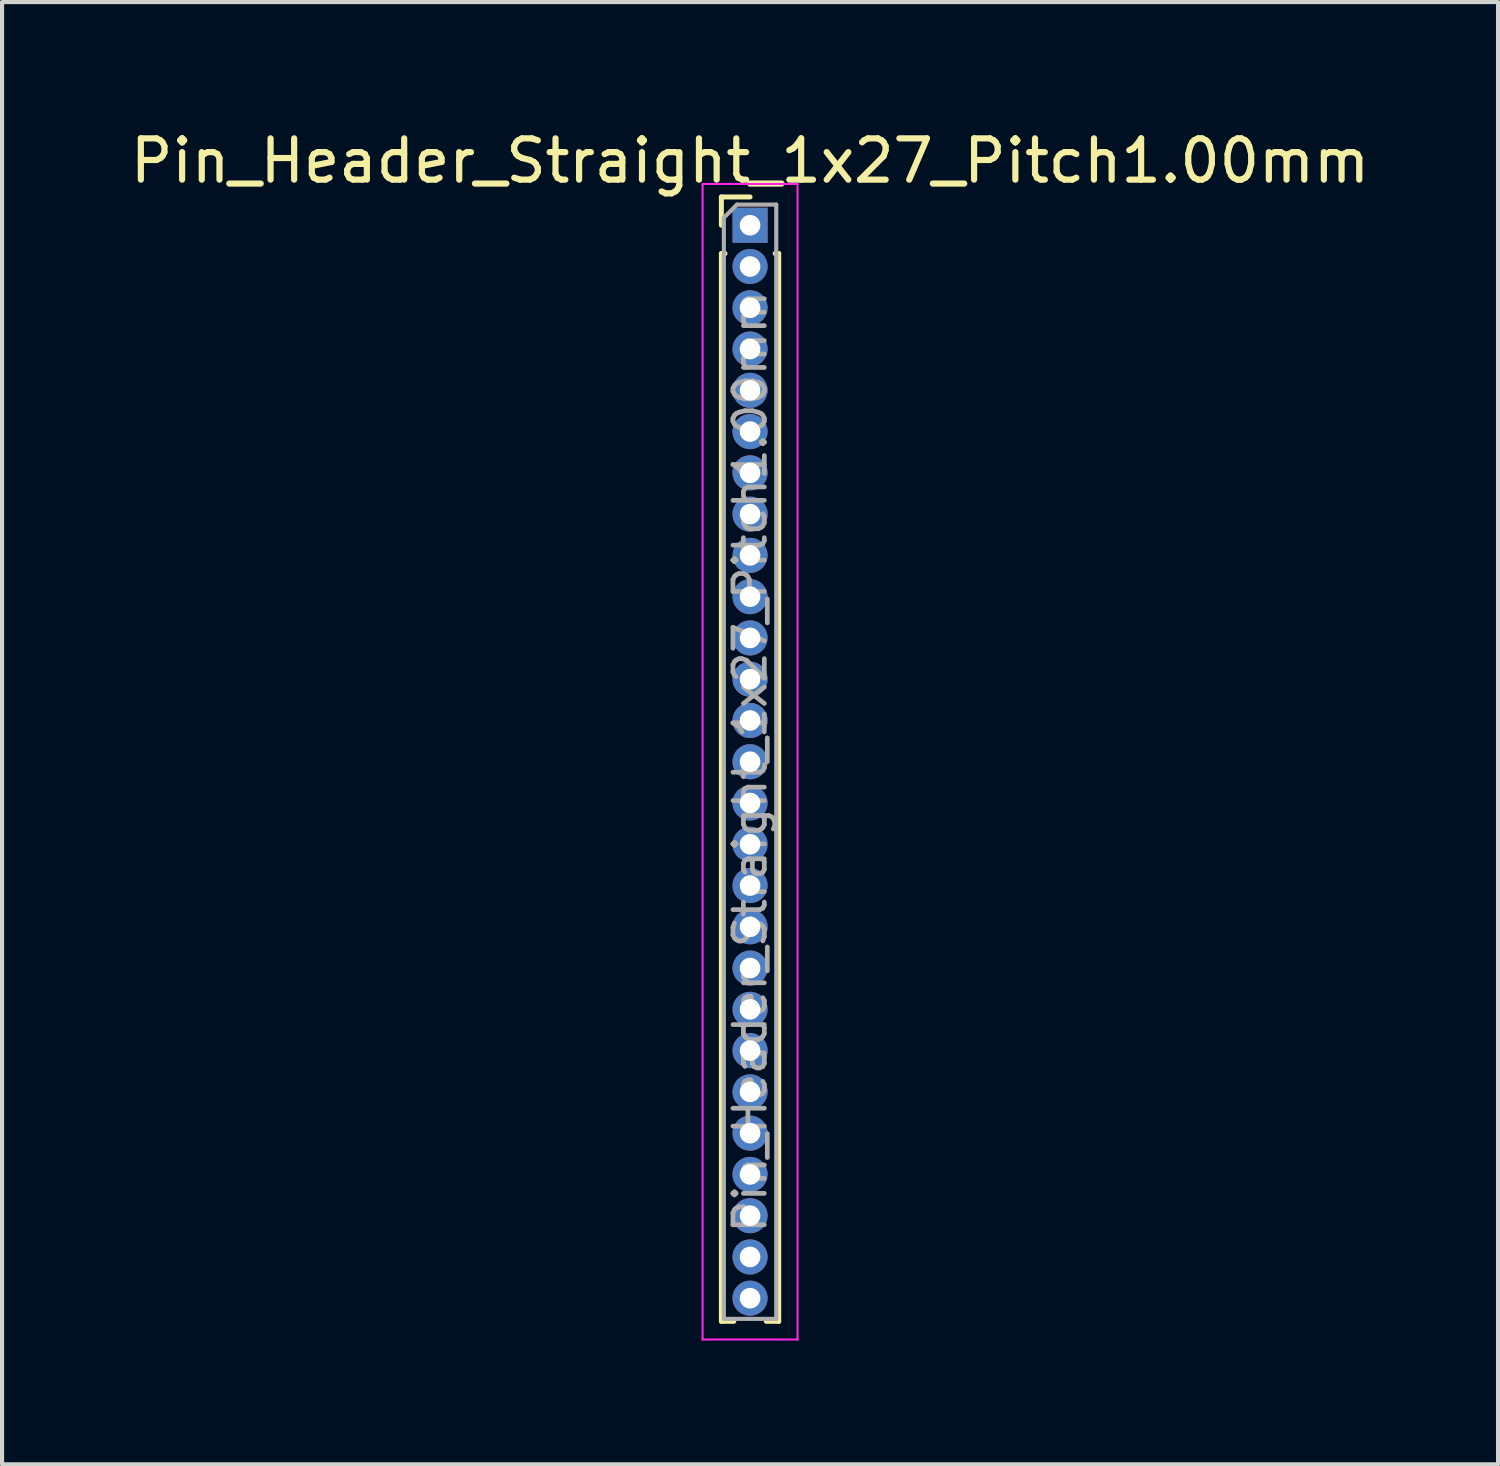
<source format=kicad_pcb>
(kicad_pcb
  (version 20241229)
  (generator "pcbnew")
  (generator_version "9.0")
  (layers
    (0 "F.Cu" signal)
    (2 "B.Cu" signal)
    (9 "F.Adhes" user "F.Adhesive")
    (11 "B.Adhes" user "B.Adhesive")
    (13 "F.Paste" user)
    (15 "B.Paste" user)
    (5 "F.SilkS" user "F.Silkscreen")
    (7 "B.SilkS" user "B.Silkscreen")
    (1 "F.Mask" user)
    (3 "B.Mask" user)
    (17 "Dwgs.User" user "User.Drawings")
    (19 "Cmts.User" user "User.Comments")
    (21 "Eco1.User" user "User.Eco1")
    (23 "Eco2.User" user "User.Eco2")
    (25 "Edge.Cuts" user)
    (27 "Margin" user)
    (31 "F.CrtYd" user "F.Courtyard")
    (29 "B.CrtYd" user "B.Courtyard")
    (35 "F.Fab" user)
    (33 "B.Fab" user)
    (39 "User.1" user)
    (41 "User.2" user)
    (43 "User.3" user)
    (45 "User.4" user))
  (footprint "Pin_Header_Straight_1x27_Pitch1.00mm"
    (layer "F.Cu")
    (at 15.125 2.408)
    (property "Reference" "Pin_Header_Straight_1x27_Pitch1.00mm" (at 0 -1.56 0) (layer "F.SilkS") (effects (font (size 1 1) (thickness 0.15))))
    (attr through_hole)
    (fp_line (start -0.695 -0.685) (end 0 -0.685) (stroke (width 0.12) (type solid)) (layer "F.SilkS"))
    (fp_line (start -0.695 0) (end -0.695 -0.685) (stroke (width 0.12) (type solid)) (layer "F.SilkS"))
    (fp_line (start -0.695 0.685) (end -0.695 26.56) (stroke (width 0.12) (type solid)) (layer "F.SilkS"))
    (fp_line (start -0.695 0.685) (end -0.608 0.685) (stroke (width 0.12) (type solid)) (layer "F.SilkS"))
    (fp_line (start -0.695 26.56) (end -0.394 26.56) (stroke (width 0.12) (type solid)) (layer "F.SilkS"))
    (fp_line (start 0.394 26.56) (end 0.695 26.56) (stroke (width 0.12) (type solid)) (layer "F.SilkS"))
    (fp_line (start 0.608 0.685) (end 0.695 0.685) (stroke (width 0.12) (type solid)) (layer "F.SilkS"))
    (fp_line (start 0.695 0.685) (end 0.695 26.56) (stroke (width 0.12) (type solid)) (layer "F.SilkS"))
    (fp_line (start -1.15 -1) (end -1.15 27) (stroke (width 0.05) (type solid)) (layer "F.CrtYd"))
    (fp_line (start -1.15 27) (end 1.15 27) (stroke (width 0.05) (type solid)) (layer "F.CrtYd"))
    (fp_line (start 1.15 -1) (end -1.15 -1) (stroke (width 0.05) (type solid)) (layer "F.CrtYd"))
    (fp_line (start 1.15 27) (end 1.15 -1) (stroke (width 0.05) (type solid)) (layer "F.CrtYd"))
    (fp_line (start -0.635 -0.182) (end -0.318 -0.5) (stroke (width 0.1) (type solid)) (layer "F.Fab"))
    (fp_line (start -0.635 26.5) (end -0.635 -0.182) (stroke (width 0.1) (type solid)) (layer "F.Fab"))
    (fp_line (start -0.318 -0.5) (end 0.635 -0.5) (stroke (width 0.1) (type solid)) (layer "F.Fab"))
    (fp_line (start 0.635 -0.5) (end 0.635 26.5) (stroke (width 0.1) (type solid)) (layer "F.Fab"))
    (fp_line (start 0.635 26.5) (end -0.635 26.5) (stroke (width 0.1) (type solid)) (layer "F.Fab"))
    (fp_text user "${REFERENCE}" (at 0 13 90) (layer "F.Fab") (effects (font (size 0.76 0.76) (thickness 0.114))))
    (pad "1" thru_hole rect (at 0 0) (size 0.85 0.85) (drill 0.5) (layers "*.Cu" "*.Mask"))
    (pad "2" thru_hole oval (at 0 1) (size 0.85 0.85) (drill 0.5) (layers "*.Cu" "*.Mask"))
    (pad "3" thru_hole oval (at 0 2) (size 0.85 0.85) (drill 0.5) (layers "*.Cu" "*.Mask"))
    (pad "4" thru_hole oval (at 0 3) (size 0.85 0.85) (drill 0.5) (layers "*.Cu" "*.Mask"))
    (pad "5" thru_hole oval (at 0 4) (size 0.85 0.85) (drill 0.5) (layers "*.Cu" "*.Mask"))
    (pad "6" thru_hole oval (at 0 5) (size 0.85 0.85) (drill 0.5) (layers "*.Cu" "*.Mask"))
    (pad "7" thru_hole oval (at 0 6) (size 0.85 0.85) (drill 0.5) (layers "*.Cu" "*.Mask"))
    (pad "8" thru_hole oval (at 0 7) (size 0.85 0.85) (drill 0.5) (layers "*.Cu" "*.Mask"))
    (pad "9" thru_hole oval (at 0 8) (size 0.85 0.85) (drill 0.5) (layers "*.Cu" "*.Mask"))
    (pad "10" thru_hole oval (at 0 9) (size 0.85 0.85) (drill 0.5) (layers "*.Cu" "*.Mask"))
    (pad "11" thru_hole oval (at 0 10) (size 0.85 0.85) (drill 0.5) (layers "*.Cu" "*.Mask"))
    (pad "12" thru_hole oval (at 0 11) (size 0.85 0.85) (drill 0.5) (layers "*.Cu" "*.Mask"))
    (pad "13" thru_hole oval (at 0 12) (size 0.85 0.85) (drill 0.5) (layers "*.Cu" "*.Mask"))
    (pad "14" thru_hole oval (at 0 13) (size 0.85 0.85) (drill 0.5) (layers "*.Cu" "*.Mask"))
    (pad "15" thru_hole oval (at 0 14) (size 0.85 0.85) (drill 0.5) (layers "*.Cu" "*.Mask"))
    (pad "16" thru_hole oval (at 0 15) (size 0.85 0.85) (drill 0.5) (layers "*.Cu" "*.Mask"))
    (pad "17" thru_hole oval (at 0 16) (size 0.85 0.85) (drill 0.5) (layers "*.Cu" "*.Mask"))
    (pad "18" thru_hole oval (at 0 17) (size 0.85 0.85) (drill 0.5) (layers "*.Cu" "*.Mask"))
    (pad "19" thru_hole oval (at 0 18) (size 0.85 0.85) (drill 0.5) (layers "*.Cu" "*.Mask"))
    (pad "20" thru_hole oval (at 0 19) (size 0.85 0.85) (drill 0.5) (layers "*.Cu" "*.Mask"))
    (pad "21" thru_hole oval (at 0 20) (size 0.85 0.85) (drill 0.5) (layers "*.Cu" "*.Mask"))
    (pad "22" thru_hole oval (at 0 21) (size 0.85 0.85) (drill 0.5) (layers "*.Cu" "*.Mask"))
    (pad "23" thru_hole oval (at 0 22) (size 0.85 0.85) (drill 0.5) (layers "*.Cu" "*.Mask"))
    (pad "24" thru_hole oval (at 0 23) (size 0.85 0.85) (drill 0.5) (layers "*.Cu" "*.Mask"))
    (pad "25" thru_hole oval (at 0 24) (size 0.85 0.85) (drill 0.5) (layers "*.Cu" "*.Mask"))
    (pad "26" thru_hole oval (at 0 25) (size 0.85 0.85) (drill 0.5) (layers "*.Cu" "*.Mask"))
    (pad "27" thru_hole oval (at 0 26) (size 0.85 0.85) (drill 0.5) (layers "*.Cu" "*.Mask")))
  (gr_rect
    (start -3 -3)
    (end 33.25 32.433)
    (stroke (width 0.1) (type default))
    (fill no)
    (layer "Edge.Cuts")))
</source>
